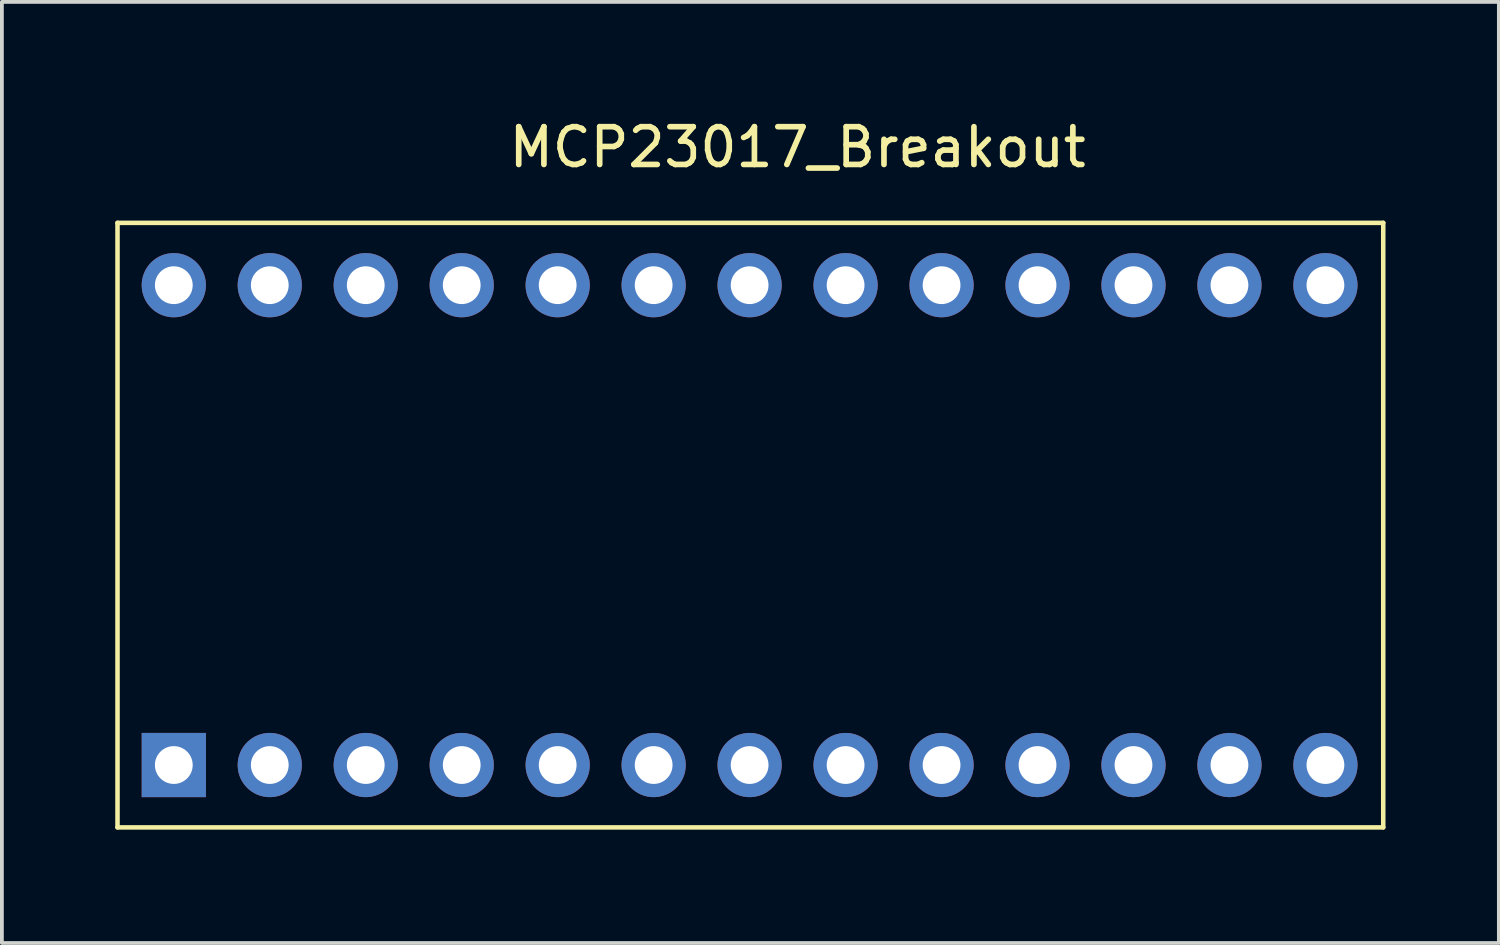
<source format=kicad_pcb>
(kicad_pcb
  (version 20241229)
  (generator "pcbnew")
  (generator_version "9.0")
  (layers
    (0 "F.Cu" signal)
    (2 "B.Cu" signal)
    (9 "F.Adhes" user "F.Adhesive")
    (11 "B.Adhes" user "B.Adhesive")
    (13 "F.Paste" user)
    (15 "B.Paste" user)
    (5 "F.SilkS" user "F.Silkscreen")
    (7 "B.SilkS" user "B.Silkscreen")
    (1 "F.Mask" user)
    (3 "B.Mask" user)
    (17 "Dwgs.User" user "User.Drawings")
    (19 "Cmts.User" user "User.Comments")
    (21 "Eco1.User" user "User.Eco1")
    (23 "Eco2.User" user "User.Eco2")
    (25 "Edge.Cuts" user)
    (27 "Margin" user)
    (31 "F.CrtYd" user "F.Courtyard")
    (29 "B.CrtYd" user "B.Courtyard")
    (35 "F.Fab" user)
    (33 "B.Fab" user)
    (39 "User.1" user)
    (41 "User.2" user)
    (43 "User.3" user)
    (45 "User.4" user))
  (footprint "MCP23017_Breakout"
    (layer "F.Cu")
    (at 18.06 10.848)
    (property "Reference" "MCP23017_Breakout" (at 0 -10 0) (layer "F.SilkS") (effects (font (size 1 1) (thickness 0.15))))
    (attr through_hole)
    (fp_line (start -18 -8) (end 15.5 -8) (stroke (width 0.12) (type solid)) (layer "F.SilkS"))
    (fp_line (start -18 8) (end -18 -8) (stroke (width 0.12) (type solid)) (layer "F.SilkS"))
    (fp_line (start 15.5 -8) (end 15.5 8) (stroke (width 0.12) (type solid)) (layer "F.SilkS"))
    (fp_line (start 15.5 8) (end -18 8) (stroke (width 0.12) (type solid)) (layer "F.SilkS"))
    (pad "1" thru_hole rect (at -16.51 6.35) (size 1.7 1.7) (drill 1) (layers "*.Cu" "*.Mask"))
    (pad "2" thru_hole circle (at -13.97 6.35) (size 1.7 1.7) (drill 1) (layers "*.Cu" "*.Mask"))
    (pad "3" thru_hole circle (at -11.43 6.35) (size 1.7 1.7) (drill 1) (layers "*.Cu" "*.Mask"))
    (pad "4" thru_hole circle (at -8.89 6.35) (size 1.7 1.7) (drill 1) (layers "*.Cu" "*.Mask"))
    (pad "5" thru_hole circle (at -6.35 6.35) (size 1.7 1.7) (drill 1) (layers "*.Cu" "*.Mask"))
    (pad "6" thru_hole circle (at -3.81 6.35) (size 1.7 1.7) (drill 1) (layers "*.Cu" "*.Mask"))
    (pad "7" thru_hole circle (at -1.27 6.35) (size 1.7 1.7) (drill 1) (layers "*.Cu" "*.Mask"))
    (pad "8" thru_hole circle (at 1.27 6.35) (size 1.7 1.7) (drill 1) (layers "*.Cu" "*.Mask"))
    (pad "9" thru_hole circle (at 3.81 6.35) (size 1.7 1.7) (drill 1) (layers "*.Cu" "*.Mask"))
    (pad "10" thru_hole circle (at 6.35 6.35) (size 1.7 1.7) (drill 1) (layers "*.Cu" "*.Mask"))
    (pad "11" thru_hole circle (at 8.89 6.35) (size 1.7 1.7) (drill 1) (layers "*.Cu" "*.Mask"))
    (pad "12" thru_hole circle (at 11.43 6.35) (size 1.7 1.7) (drill 1) (layers "*.Cu" "*.Mask"))
    (pad "13" thru_hole circle (at 13.97 6.35) (size 1.7 1.7) (drill 1) (layers "*.Cu" "*.Mask"))
    (pad "14" thru_hole circle (at -16.51 -6.35) (size 1.7 1.7) (drill 1) (layers "*.Cu" "*.Mask"))
    (pad "15" thru_hole circle (at -13.97 -6.35) (size 1.7 1.7) (drill 1) (layers "*.Cu" "*.Mask"))
    (pad "16" thru_hole circle (at -11.43 -6.35) (size 1.7 1.7) (drill 1) (layers "*.Cu" "*.Mask"))
    (pad "17" thru_hole circle (at -8.89 -6.35) (size 1.7 1.7) (drill 1) (layers "*.Cu" "*.Mask"))
    (pad "18" thru_hole circle (at -6.35 -6.35) (size 1.7 1.7) (drill 1) (layers "*.Cu" "*.Mask"))
    (pad "19" thru_hole circle (at -3.81 -6.35) (size 1.7 1.7) (drill 1) (layers "*.Cu" "*.Mask"))
    (pad "20" thru_hole circle (at -1.27 -6.35) (size 1.7 1.7) (drill 1) (layers "*.Cu" "*.Mask"))
    (pad "21" thru_hole circle (at 1.27 -6.35) (size 1.7 1.7) (drill 1) (layers "*.Cu" "*.Mask"))
    (pad "22" thru_hole circle (at 3.81 -6.35) (size 1.7 1.7) (drill 1) (layers "*.Cu" "*.Mask"))
    (pad "23" thru_hole circle (at 6.35 -6.35) (size 1.7 1.7) (drill 1) (layers "*.Cu" "*.Mask"))
    (pad "24" thru_hole circle (at 8.89 -6.35) (size 1.7 1.7) (drill 1) (layers "*.Cu" "*.Mask"))
    (pad "25" thru_hole circle (at 11.43 -6.35) (size 1.7 1.7) (drill 1) (layers "*.Cu" "*.Mask"))
    (pad "26" thru_hole circle (at 13.97 -6.35) (size 1.7 1.7) (drill 1) (layers "*.Cu" "*.Mask")))
  (gr_rect
    (start -3 -3)
    (end 36.62 21.908)
    (stroke (width 0.1) (type default))
    (fill no)
    (layer "Edge.Cuts")))
</source>
